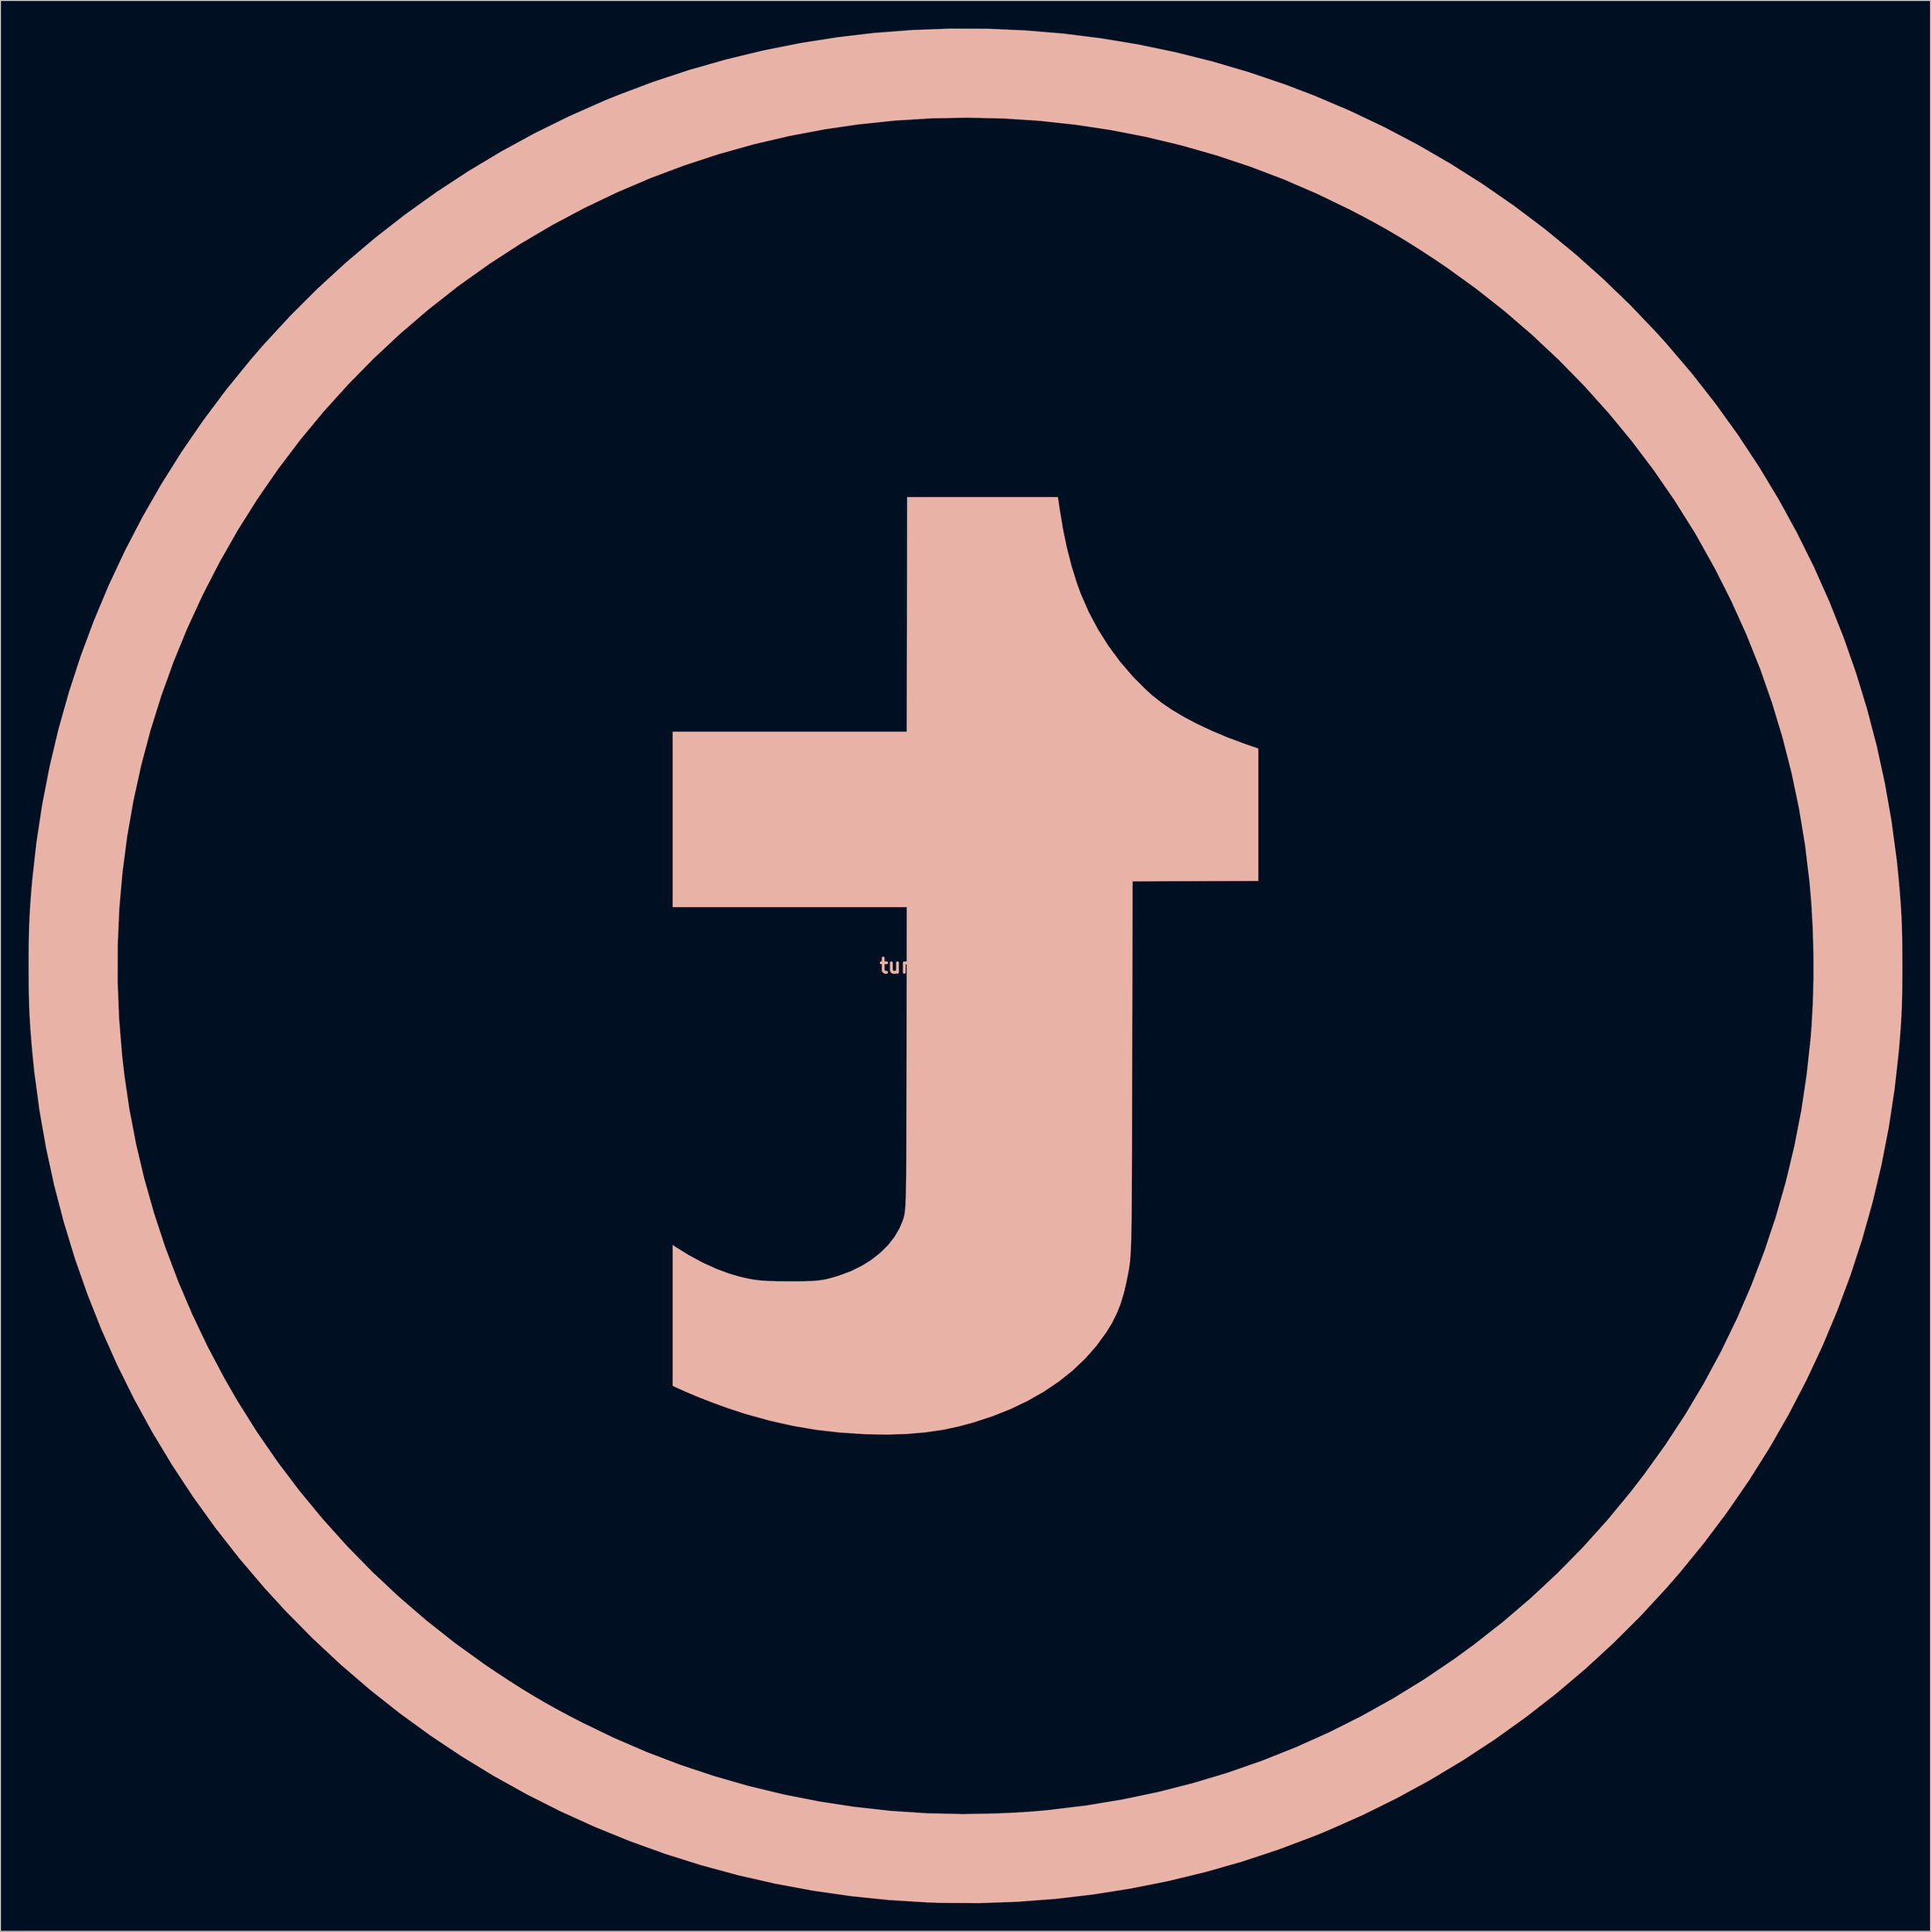
<source format=kicad_pcb>
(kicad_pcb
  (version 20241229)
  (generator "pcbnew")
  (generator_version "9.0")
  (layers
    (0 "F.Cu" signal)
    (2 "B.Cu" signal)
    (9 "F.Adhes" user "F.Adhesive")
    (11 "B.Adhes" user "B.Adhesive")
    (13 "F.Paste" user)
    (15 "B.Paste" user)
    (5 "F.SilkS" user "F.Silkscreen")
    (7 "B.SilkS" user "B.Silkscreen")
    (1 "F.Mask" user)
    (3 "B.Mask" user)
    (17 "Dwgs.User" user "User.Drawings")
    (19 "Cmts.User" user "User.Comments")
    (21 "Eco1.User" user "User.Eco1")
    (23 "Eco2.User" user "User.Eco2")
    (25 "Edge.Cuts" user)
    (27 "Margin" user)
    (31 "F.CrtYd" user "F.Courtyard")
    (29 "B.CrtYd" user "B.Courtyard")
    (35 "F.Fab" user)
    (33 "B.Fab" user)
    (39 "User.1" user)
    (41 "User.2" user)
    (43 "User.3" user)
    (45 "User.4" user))
  (footprint "tumblr_20x20_B"
    (layer "F.Cu")
    (at 99.948 99.972)
    (property "Reference" "tumblr_20x20_B" (at 0 0 0) (layer "B.SilkS") (effects (font (size 1.524 1.524) (thickness 0.3))))
    (attr through_hole)
    (fp_poly (pts (xy 10.049 -48.683) (xy 10.401 -46.572) (xy 10.822 -44.559) (xy 11.308 -42.66) (xy 11.855 -40.894) (xy 12.318 -39.624) (xy 13.148 -37.733) (xy 14.128 -35.893) (xy 15.247 -34.121) (xy 16.492 -32.435) (xy 17.851 -30.854) (xy 19.31 -29.395) (xy 19.939 -28.832) (xy 20.917 -28.057) (xy 22.051 -27.287) (xy 23.33 -26.528) (xy 24.741 -25.787) (xy 26.27 -25.069) (xy 27.906 -24.382) (xy 29.636 -23.732) (xy 30.078 -23.578) (xy 31.242 -23.176) (xy 31.242 -9.06) (xy 24.532 -9.039) (xy 17.822 -9.017) (xy 17.777 10.499) (xy 17.772 12.688) (xy 17.767 14.714) (xy 17.763 16.585) (xy 17.759 18.309) (xy 17.754 19.89) (xy 17.75 21.338) (xy 17.745 22.659) (xy 17.739 23.86) (xy 17.732 24.947) (xy 17.725 25.929) (xy 17.716 26.812) (xy 17.706 27.603) (xy 17.694 28.309) (xy 17.681 28.937) (xy 17.665 29.495) (xy 17.648 29.989) (xy 17.628 30.426) (xy 17.606 30.813) (xy 17.581 31.158) (xy 17.554 31.468) (xy 17.523 31.749) (xy 17.489 32.008) (xy 17.452 32.253) (xy 17.411 32.491) (xy 17.367 32.728) (xy 17.318 32.972) (xy 17.266 33.23) (xy 17.209 33.508) (xy 17.18 33.655) (xy 16.886 34.926) (xy 16.534 36.073) (xy 16.108 37.135) (xy 15.59 38.153) (xy 14.99 39.131) (xy 13.938 40.565) (xy 12.743 41.915) (xy 11.409 43.177) (xy 9.941 44.348) (xy 8.343 45.424) (xy 6.622 46.404) (xy 4.78 47.284) (xy 2.823 48.061) (xy 0.756 48.732) (xy -0.768 49.141) (xy -2.503 49.505) (xy -4.337 49.768) (xy -6.281 49.932) (xy -8.344 49.996) (xy -10.535 49.962) (xy -10.753 49.953) (xy -13.372 49.785) (xy -15.908 49.493) (xy -18.4 49.072) (xy -20.886 48.515) (xy -23.405 47.814) (xy -23.749 47.709) (xy -25.27 47.209) (xy -26.853 46.639) (xy -28.431 46.024) (xy -29.938 45.389) (xy -30.586 45.099) (xy -31.242 44.798) (xy -31.242 29.783) (xy -31.009 29.937) (xy -29.522 30.856) (xy -28.047 31.651) (xy -26.599 32.313) (xy -25.195 32.835) (xy -24.262 33.108) (xy -23.678 33.254) (xy -23.144 33.371) (xy -22.631 33.464) (xy -22.11 33.535) (xy -21.553 33.586) (xy -20.933 33.621) (xy -20.221 33.642) (xy -19.388 33.652) (xy -18.669 33.654) (xy -17.807 33.651) (xy -17.087 33.642) (xy -16.48 33.623) (xy -15.96 33.589) (xy -15.498 33.539) (xy -15.067 33.468) (xy -14.638 33.373) (xy -14.185 33.251) (xy -13.68 33.099) (xy -13.388 33.006) (xy -12.181 32.553) (xy -11.052 31.995) (xy -10.016 31.344) (xy -9.084 30.609) (xy -8.271 29.804) (xy -7.589 28.938) (xy -7.053 28.024) (xy -6.805 27.451) (xy -6.747 27.3) (xy -6.693 27.16) (xy -6.645 27.026) (xy -6.6 26.889) (xy -6.56 26.742) (xy -6.524 26.577) (xy -6.491 26.387) (xy -6.462 26.164) (xy -6.436 25.902) (xy -6.413 25.592) (xy -6.393 25.227) (xy -6.375 24.799) (xy -6.36 24.302) (xy -6.347 23.727) (xy -6.336 23.068) (xy -6.327 22.316) (xy -6.32 21.464) (xy -6.313 20.505) (xy -6.308 19.432) (xy -6.304 18.236) (xy -6.3 16.91) (xy -6.297 15.447) (xy -6.294 13.84) (xy -6.291 12.08) (xy -6.288 10.161) (xy -6.287 9.546) (xy -6.26 -6.265) (xy -31.242 -6.265) (xy -31.242 -24.977) (xy -6.266 -24.977) (xy -6.223 -49.996) (xy 9.856 -49.996) (xy 10.049 -48.683)) (stroke (width 0.01) (type solid)) (fill yes) (layer "B.SilkS"))
    (fp_poly (pts (xy 2.409 -99.951) (xy 6.438 -99.774) (xy 10.458 -99.435) (xy 14.464 -98.934) (xy 18.451 -98.272) (xy 22.414 -97.448) (xy 26.346 -96.463) (xy 30.242 -95.316) (xy 34.098 -94.007) (xy 37.169 -92.836) (xy 40.922 -91.242) (xy 44.605 -89.496) (xy 48.213 -87.6) (xy 51.74 -85.558) (xy 55.182 -83.375) (xy 58.534 -81.054) (xy 61.789 -78.598) (xy 64.944 -76.011) (xy 67.992 -73.297) (xy 70.929 -70.459) (xy 73.75 -67.501) (xy 74.798 -66.336) (xy 77.477 -63.189) (xy 80.014 -59.95) (xy 82.407 -56.625) (xy 84.655 -53.216) (xy 86.756 -49.729) (xy 88.708 -46.165) (xy 90.511 -42.529) (xy 92.162 -38.825) (xy 93.659 -35.056) (xy 95.002 -31.227) (xy 96.188 -27.34) (xy 97.217 -23.399) (xy 98.085 -19.409) (xy 98.793 -15.372) (xy 99.338 -11.293) (xy 99.561 -9.102) (xy 99.658 -7.987) (xy 99.739 -6.962) (xy 99.804 -5.992) (xy 99.854 -5.044) (xy 99.892 -4.083) (xy 99.918 -3.076) (xy 99.934 -1.988) (xy 99.942 -0.785) (xy 99.943 0) (xy 99.94 1.287) (xy 99.929 2.44) (xy 99.909 3.491) (xy 99.878 4.475) (xy 99.835 5.427) (xy 99.779 6.38) (xy 99.708 7.368) (xy 99.621 8.425) (xy 99.561 9.102) (xy 99.104 13.202) (xy 98.483 17.262) (xy 97.7 21.277) (xy 96.757 25.245) (xy 95.654 29.161) (xy 94.395 33.021) (xy 92.979 36.823) (xy 91.41 40.562) (xy 89.688 44.235) (xy 87.816 47.837) (xy 85.794 51.366) (xy 83.624 54.817) (xy 81.308 58.187) (xy 78.848 61.472) (xy 76.245 64.669) (xy 74.798 66.336) (xy 72.024 69.339) (xy 69.131 72.224) (xy 66.125 74.986) (xy 63.01 77.622) (xy 59.793 80.128) (xy 56.478 82.502) (xy 53.07 84.738) (xy 49.574 86.835) (xy 45.996 88.787) (xy 42.342 90.591) (xy 38.615 92.244) (xy 37.169 92.836) (xy 33.369 94.267) (xy 29.509 95.542) (xy 25.597 96.659) (xy 21.641 97.617) (xy 17.649 98.414) (xy 13.628 99.05) (xy 9.586 99.523) (xy 5.531 99.832) (xy 1.471 99.974) (xy -2.587 99.95) (xy -4.064 99.9) (xy -8.178 99.644) (xy -12.259 99.224) (xy -16.302 98.641) (xy -20.304 97.898) (xy -24.26 96.996) (xy -28.167 95.938) (xy -32.019 94.725) (xy -35.813 93.359) (xy -39.544 91.843) (xy -43.209 90.179) (xy -46.803 88.367) (xy -50.322 86.411) (xy -53.762 84.313) (xy -57.119 82.073) (xy -60.388 79.695) (xy -63.566 77.181) (xy -66.648 74.531) (xy -69.629 71.749) (xy -72.507 68.836) (xy -74.798 66.336) (xy -77.477 63.189) (xy -80.014 59.95) (xy -82.407 56.625) (xy -84.655 53.216) (xy -86.756 49.729) (xy -88.708 46.165) (xy -90.511 42.529) (xy -92.162 38.825) (xy -93.659 35.056) (xy -95.002 31.227) (xy -96.188 27.34) (xy -97.217 23.399) (xy -98.085 19.409) (xy -98.793 15.372) (xy -99.338 11.293) (xy -99.561 9.102) (xy -99.658 7.987) (xy -99.739 6.962) (xy -99.804 5.992) (xy -99.854 5.044) (xy -99.892 4.083) (xy -99.918 3.076) (xy -99.934 1.988) (xy -99.936 1.692) (xy -90.452 1.692) (xy -90.294 5.627) (xy -89.97 9.578) (xy -89.74 11.599) (xy -89.19 15.334) (xy -88.474 19.055) (xy -87.594 22.755) (xy -86.553 26.424) (xy -85.354 30.057) (xy -83.999 33.644) (xy -82.492 37.178) (xy -80.834 40.651) (xy -79.029 44.055) (xy -77.652 46.44) (xy -75.591 49.72) (xy -73.389 52.909) (xy -71.051 56.003) (xy -68.583 58.994) (xy -65.989 61.878) (xy -63.275 64.65) (xy -60.446 67.303) (xy -57.507 69.834) (xy -54.463 72.235) (xy -51.319 74.503) (xy -50.014 75.384) (xy -48.643 76.282) (xy -47.362 77.095) (xy -46.133 77.846) (xy -44.915 78.559) (xy -43.669 79.256) (xy -42.354 79.962) (xy -41.021 80.654) (xy -37.57 82.325) (xy -34.046 83.846) (xy -30.458 85.215) (xy -26.812 86.429) (xy -23.117 87.489) (xy -19.38 88.39) (xy -15.609 89.133) (xy -11.812 89.715) (xy -7.996 90.135) (xy -4.168 90.391) (xy -0.337 90.48) (xy 2.963 90.423) (xy 4.2 90.374) (xy 5.31 90.32) (xy 6.335 90.258) (xy 7.319 90.186) (xy 8.303 90.101) (xy 8.932 90.04) (xy 12.832 89.568) (xy 16.69 88.932) (xy 20.503 88.135) (xy 24.267 87.178) (xy 27.978 86.062) (xy 31.632 84.788) (xy 35.225 83.359) (xy 38.755 81.776) (xy 42.215 80.039) (xy 45.604 78.152) (xy 48.917 76.115) (xy 52.15 73.929) (xy 54.248 72.4) (xy 57.335 69.978) (xy 60.292 67.449) (xy 63.123 64.809) (xy 65.835 62.052) (xy 68.43 59.174) (xy 70.915 56.169) (xy 72.373 54.28) (xy 74.658 51.1) (xy 76.796 47.839) (xy 78.785 44.499) (xy 80.623 41.085) (xy 82.309 37.602) (xy 83.843 34.052) (xy 85.221 30.44) (xy 86.443 26.77) (xy 87.507 23.045) (xy 88.412 19.271) (xy 89.157 15.449) (xy 89.739 11.586) (xy 90.157 7.683) (xy 90.253 6.477) (xy 90.396 3.91) (xy 90.464 1.242) (xy 90.456 -1.475) (xy 90.374 -4.191) (xy 90.219 -6.854) (xy 90.04 -8.932) (xy 89.567 -12.845) (xy 88.932 -16.71) (xy 88.134 -20.527) (xy 87.175 -24.294) (xy 86.055 -28.009) (xy 84.775 -31.67) (xy 83.334 -35.277) (xy 81.734 -38.828) (xy 79.976 -42.32) (xy 78.058 -45.753) (xy 77.652 -46.44) (xy 75.591 -49.72) (xy 73.389 -52.909) (xy 71.051 -56.003) (xy 68.583 -58.994) (xy 65.989 -61.878) (xy 63.275 -64.65) (xy 60.446 -67.303) (xy 57.507 -69.834) (xy 54.463 -72.235) (xy 51.319 -74.503) (xy 50.014 -75.384) (xy 48.643 -76.282) (xy 47.362 -77.095) (xy 46.133 -77.846) (xy 44.915 -78.559) (xy 43.669 -79.256) (xy 42.354 -79.962) (xy 41.021 -80.654) (xy 37.544 -82.338) (xy 34.005 -83.867) (xy 30.408 -85.238) (xy 26.759 -86.452) (xy 23.064 -87.508) (xy 19.326 -88.405) (xy 15.553 -89.142) (xy 11.748 -89.718) (xy 7.919 -90.133) (xy 4.068 -90.385) (xy 0.203 -90.474) (xy -3.672 -90.399) (xy -7.551 -90.159) (xy -11.429 -89.754) (xy -15.028 -89.228) (xy -18.837 -88.509) (xy -22.605 -87.626) (xy -26.328 -86.582) (xy -30 -85.379) (xy -33.617 -84.02) (xy -37.172 -82.505) (xy -40.662 -80.838) (xy -44.081 -79.021) (xy -47.424 -77.055) (xy -50.686 -74.943) (xy -53.862 -72.688) (xy -54.248 -72.4) (xy -57.326 -69.982) (xy -60.293 -67.439) (xy -63.145 -64.777) (xy -65.876 -61.999) (xy -68.484 -59.11) (xy -70.963 -56.116) (xy -73.31 -53.02) (xy -75.521 -49.827) (xy -77.59 -46.542) (xy -77.652 -46.44) (xy -79.597 -43.025) (xy -81.385 -39.55) (xy -83.014 -36.018) (xy -84.485 -32.433) (xy -85.796 -28.797) (xy -86.947 -25.114) (xy -87.936 -21.387) (xy -88.764 -17.621) (xy -89.43 -13.818) (xy -89.932 -9.982) (xy -90.27 -6.116) (xy -90.444 -2.223) (xy -90.452 1.692) (xy -99.936 1.692) (xy -99.942 0.785) (xy -99.943 0) (xy -99.94 -1.287) (xy -99.929 -2.44) (xy -99.909 -3.491) (xy -99.878 -4.475) (xy -99.835 -5.427) (xy -99.779 -6.38) (xy -99.708 -7.368) (xy -99.621 -8.425) (xy -99.561 -9.102) (xy -99.104 -13.202) (xy -98.483 -17.262) (xy -97.7 -21.277) (xy -96.757 -25.245) (xy -95.654 -29.161) (xy -94.395 -33.021) (xy -92.979 -36.823) (xy -91.41 -40.562) (xy -89.688 -44.235) (xy -87.816 -47.837) (xy -85.794 -51.366) (xy -83.624 -54.817) (xy -81.308 -58.187) (xy -78.848 -61.472) (xy -76.245 -64.669) (xy -74.798 -66.336) (xy -72.024 -69.339) (xy -69.131 -72.224) (xy -66.125 -74.986) (xy -63.01 -77.622) (xy -59.793 -80.128) (xy -56.478 -82.502) (xy -53.07 -84.738) (xy -49.574 -86.835) (xy -45.996 -88.787) (xy -42.342 -90.591) (xy -38.615 -92.244) (xy -37.169 -92.836) (xy -33.35 -94.275) (xy -29.485 -95.552) (xy -25.581 -96.667) (xy -21.643 -97.621) (xy -17.676 -98.414) (xy -13.684 -99.044) (xy -9.675 -99.514) (xy -5.653 -99.821) (xy -1.623 -99.967) (xy 2.409 -99.951)) (stroke (width 0.01) (type solid)) (fill yes) (layer "B.SilkS")))
  (gr_rect
    (start -3 -3)
    (end 202.896 202.951)
    (stroke (width 0.1) (type default))
    (fill no)
    (layer "Edge.Cuts")))
</source>
